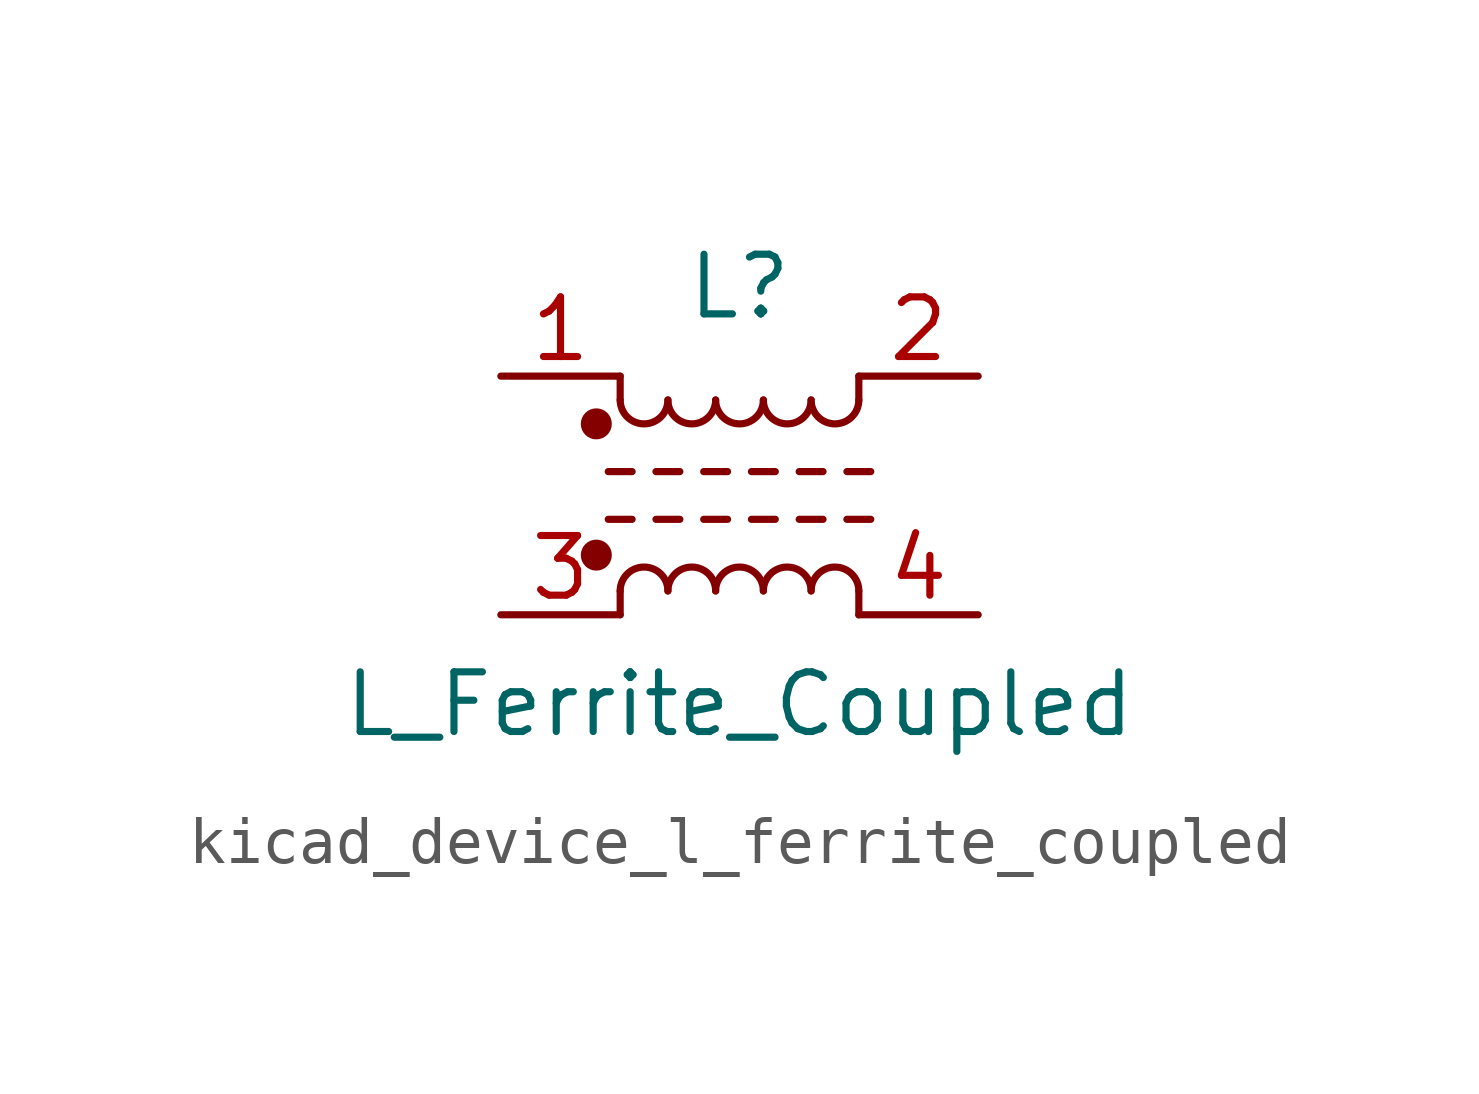
<source format=kicad_sym>
(kicad_symbol_lib
  (version 20220914)
  (generator kicad_symbol_editor)
  (symbol "kicad_device_l_ferrite_coupled"
    (pin_names
      (offset 0.254) hide)
    (property "Reference" "L"
      (at 0 4.445 0)
      (effects (font (size 1.27 1.27))))
    (property "Value" "L_Ferrite_Coupled"
      (at 0 -4.445 0)
      (effects (font (size 1.27 1.27))))
    (symbol "kicad_device_l_ferrite_coupled_0_1"
      (circle (center -3.048 -1.27) (radius 0.254) (stroke (width 0) (type default)) (fill (type outline)))
      (circle (center -3.048 1.524) (radius 0.254) (stroke (width 0) (type default)) (fill (type outline)))
      (arc (start -2.54 2.032) (mid -2.032 1.5262) (end -1.524 2.032) (stroke (width 0) (type default)) (fill (type none)))
      (arc (start -1.524 -2.032) (mid -2.032 -1.5262) (end -2.54 -2.032) (stroke (width 0) (type default)) (fill (type none)))
      (arc (start -1.524 2.032) (mid -1.016 1.5262) (end -0.508 2.032) (stroke (width 0) (type default)) (fill (type none)))
      (arc (start -0.508 -2.032) (mid -1.016 -1.5262) (end -1.524 -2.032) (stroke (width 0) (type default)) (fill (type none)))
      (arc (start -0.508 2.032) (mid 0 1.5262) (end 0.508 2.032) (stroke (width 0) (type default)) (fill (type none)))
      (polyline (pts (xy -2.794 -0.508) (xy -2.286 -0.508)) (stroke (width 0) (type default)) (fill (type none)))
      (polyline (pts (xy -2.794 0.508) (xy -2.286 0.508)) (stroke (width 0) (type default)) (fill (type none)))
      (polyline (pts (xy -2.54 -2.032) (xy -2.54 -2.54)) (stroke (width 0) (type default)) (fill (type none)))
      (polyline (pts (xy -2.54 2.032) (xy -2.54 2.54)) (stroke (width 0) (type default)) (fill (type none)))
      (polyline (pts (xy -1.778 -0.508) (xy -1.27 -0.508)) (stroke (width 0) (type default)) (fill (type none)))
      (polyline (pts (xy -1.778 0.508) (xy -1.27 0.508)) (stroke (width 0) (type default)) (fill (type none)))
      (polyline (pts (xy -0.762 -0.508) (xy -0.254 -0.508)) (stroke (width 0) (type default)) (fill (type none)))
      (polyline (pts (xy -0.762 0.508) (xy -0.254 0.508)) (stroke (width 0) (type default)) (fill (type none)))
      (polyline (pts (xy 0.254 -0.508) (xy 0.762 -0.508)) (stroke (width 0) (type default)) (fill (type none)))
      (polyline (pts (xy 0.254 0.508) (xy 0.762 0.508)) (stroke (width 0) (type default)) (fill (type none)))
      (polyline (pts (xy 1.27 -0.508) (xy 1.778 -0.508)) (stroke (width 0) (type default)) (fill (type none)))
      (polyline (pts (xy 1.27 0.508) (xy 1.778 0.508)) (stroke (width 0) (type default)) (fill (type none)))
      (polyline (pts (xy 2.286 -0.508) (xy 2.794 -0.508)) (stroke (width 0) (type default)) (fill (type none)))
      (polyline (pts (xy 2.286 0.508) (xy 2.794 0.508)) (stroke (width 0) (type default)) (fill (type none)))
      (polyline (pts (xy 2.54 -2.032) (xy 2.54 -2.54)) (stroke (width 0) (type default)) (fill (type none)))
      (polyline (pts (xy 2.54 2.54) (xy 2.54 2.032)) (stroke (width 0) (type default)) (fill (type none)))
      (arc (start 0.508 -2.032) (mid 0 -1.5262) (end -0.508 -2.032) (stroke (width 0) (type default)) (fill (type none)))
      (arc (start 0.508 2.032) (mid 1.016 1.5262) (end 1.524 2.032) (stroke (width 0) (type default)) (fill (type none)))
      (arc (start 1.524 -2.032) (mid 1.016 -1.5262) (end 0.508 -2.032) (stroke (width 0) (type default)) (fill (type none)))
      (arc (start 1.524 2.032) (mid 2.032 1.5262) (end 2.54 2.032) (stroke (width 0) (type default)) (fill (type none)))
      (arc (start 2.54 -2.032) (mid 2.032 -1.5262) (end 1.524 -2.032) (stroke (width 0) (type default)) (fill (type none))))
    (symbol "kicad_device_l_ferrite_coupled_1_1"
      (pin passive line (at -5.08 2.54 0) (length 2.54) (name "1" (effects (font (size 1.27 1.27)))) (number "1" (effects (font (size 1.27 1.27)))))
      (pin passive line (at 5.08 2.54 180) (length 2.54) (name "2" (effects (font (size 1.27 1.27)))) (number "2" (effects (font (size 1.27 1.27)))))
      (pin passive line (at -5.08 -2.54 0) (length 2.54) (name "3" (effects (font (size 1.27 1.27)))) (number "3" (effects (font (size 1.27 1.27)))))
      (pin passive line (at 5.08 -2.54 180) (length 2.54) (name "4" (effects (font (size 1.27 1.27)))) (number "4" (effects (font (size 1.27 1.27))))))))
</source>
